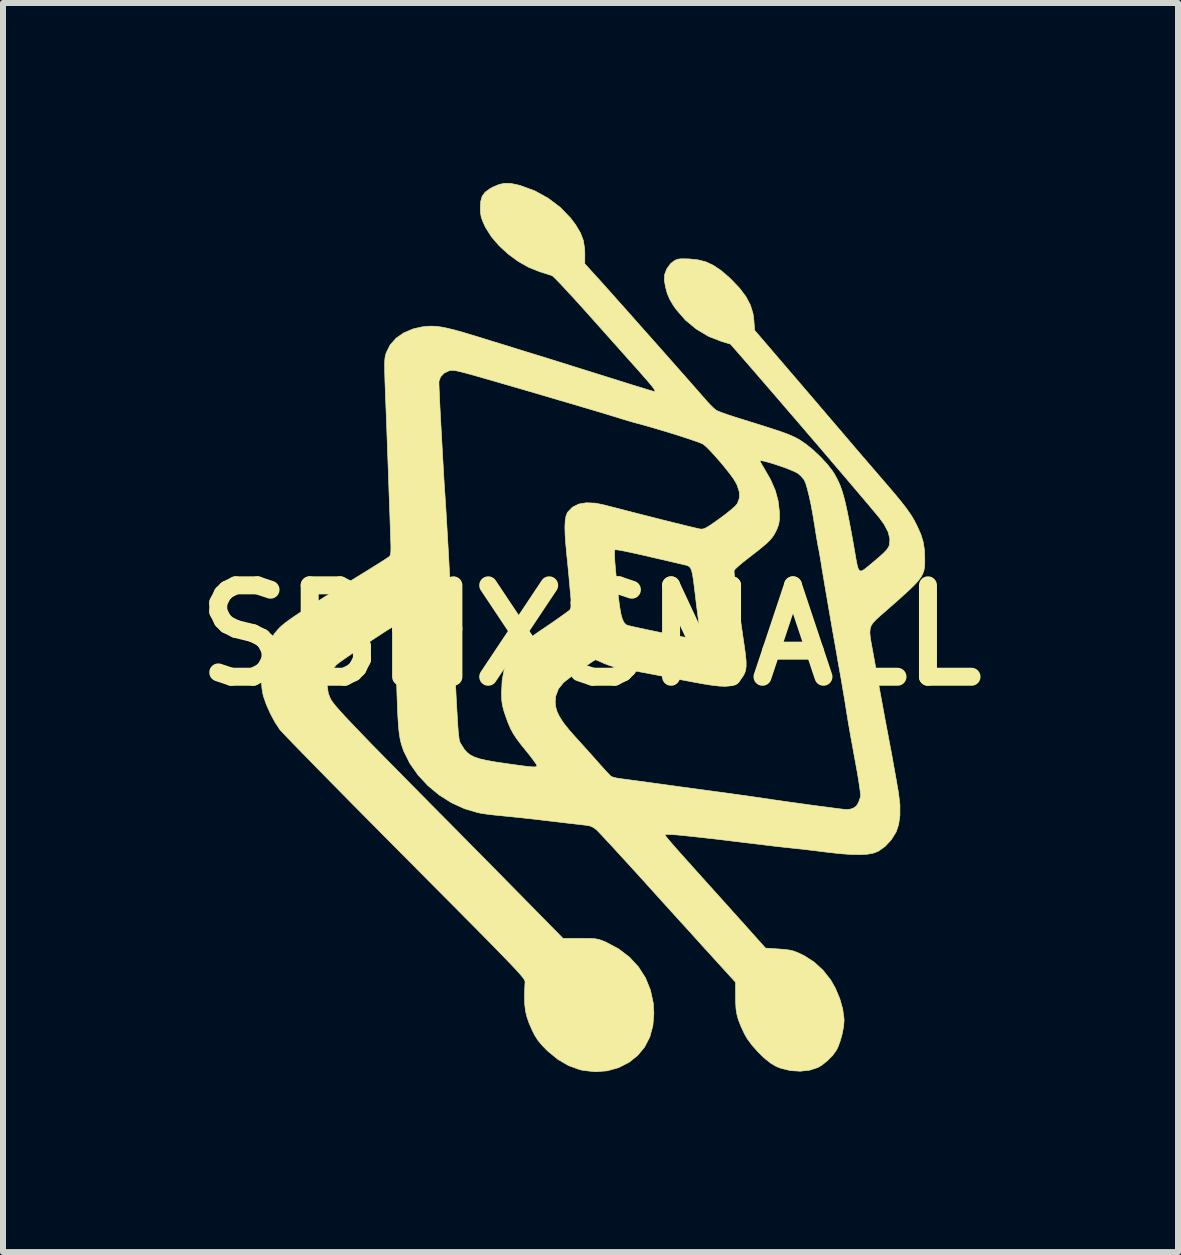
<source format=kicad_pcb>
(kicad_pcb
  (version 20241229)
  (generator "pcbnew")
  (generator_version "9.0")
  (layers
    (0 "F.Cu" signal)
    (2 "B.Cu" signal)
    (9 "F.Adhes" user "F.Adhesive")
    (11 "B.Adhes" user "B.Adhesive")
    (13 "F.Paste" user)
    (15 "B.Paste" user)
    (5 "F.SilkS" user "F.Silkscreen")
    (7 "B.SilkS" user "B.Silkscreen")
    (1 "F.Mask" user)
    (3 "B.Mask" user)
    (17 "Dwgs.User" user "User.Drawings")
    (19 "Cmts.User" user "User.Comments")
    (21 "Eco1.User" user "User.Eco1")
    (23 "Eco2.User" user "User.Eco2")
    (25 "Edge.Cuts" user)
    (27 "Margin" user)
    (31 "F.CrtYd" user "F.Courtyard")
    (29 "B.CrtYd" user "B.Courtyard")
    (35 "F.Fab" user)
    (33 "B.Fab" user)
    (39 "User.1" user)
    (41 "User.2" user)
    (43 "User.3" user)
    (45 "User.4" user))
  (footprint "SBHXSMALL"
    (layer "F.Cu")
    (at 6.793 7.541)
    (property "Reference" "SBHXSMALL" (at 0 0 0) (layer "F.SilkS") (effects (font (size 1.524 1.524) (thickness 0.3))))
    (attr through_hole)
    (fp_poly (pts (xy -1.327 -7.533) (xy -1.206 -7.508) (xy -1.171 -7.499) (xy -0.929 -7.41) (xy -0.706 -7.287) (xy -0.505 -7.135) (xy -0.332 -6.956) (xy -0.249 -6.845) (xy -0.169 -6.711) (xy -0.12 -6.583) (xy -0.098 -6.446) (xy -0.095 -6.364) (xy -0.096 -6.195) (xy 0.111 -5.967) (xy 0.166 -5.907) (xy 0.244 -5.819) (xy 0.343 -5.709) (xy 0.458 -5.579) (xy 0.587 -5.435) (xy 0.725 -5.279) (xy 0.87 -5.115) (xy 1.019 -4.948) (xy 1.167 -4.781) (xy 1.311 -4.618) (xy 1.448 -4.463) (xy 1.575 -4.319) (xy 1.688 -4.191) (xy 1.784 -4.082) (xy 1.859 -3.996) (xy 1.9 -3.949) (xy 1.964 -3.877) (xy 2.025 -3.814) (xy 2.074 -3.769) (xy 2.096 -3.752) (xy 2.133 -3.735) (xy 2.201 -3.709) (xy 2.293 -3.677) (xy 2.4 -3.642) (xy 2.482 -3.616) (xy 2.687 -3.552) (xy 2.857 -3.499) (xy 2.997 -3.454) (xy 3.111 -3.417) (xy 3.202 -3.386) (xy 3.276 -3.359) (xy 3.336 -3.334) (xy 3.386 -3.312) (xy 3.432 -3.289) (xy 3.476 -3.264) (xy 3.487 -3.258) (xy 3.598 -3.183) (xy 3.718 -3.084) (xy 3.837 -2.971) (xy 3.945 -2.854) (xy 4.032 -2.742) (xy 4.061 -2.697) (xy 4.099 -2.629) (xy 4.133 -2.562) (xy 4.164 -2.49) (xy 4.192 -2.41) (xy 4.22 -2.316) (xy 4.248 -2.206) (xy 4.277 -2.073) (xy 4.309 -1.915) (xy 4.345 -1.726) (xy 4.385 -1.504) (xy 4.399 -1.422) (xy 4.423 -1.284) (xy 4.442 -1.182) (xy 4.461 -1.114) (xy 4.483 -1.079) (xy 4.513 -1.073) (xy 4.555 -1.094) (xy 4.614 -1.14) (xy 4.694 -1.207) (xy 4.724 -1.232) (xy 4.821 -1.314) (xy 4.89 -1.378) (xy 4.937 -1.427) (xy 4.965 -1.468) (xy 4.981 -1.503) (xy 4.99 -1.605) (xy 4.962 -1.721) (xy 4.895 -1.849) (xy 4.819 -1.955) (xy 4.777 -2.006) (xy 4.711 -2.085) (xy 4.624 -2.189) (xy 4.518 -2.314) (xy 4.395 -2.459) (xy 4.259 -2.619) (xy 4.111 -2.792) (xy 3.955 -2.975) (xy 3.793 -3.165) (xy 3.627 -3.358) (xy 3.46 -3.553) (xy 3.294 -3.745) (xy 3.133 -3.933) (xy 2.978 -4.112) (xy 2.833 -4.28) (xy 2.699 -4.435) (xy 2.58 -4.572) (xy 2.576 -4.577) (xy 2.332 -4.856) (xy 2.187 -4.899) (xy 1.968 -4.984) (xy 1.765 -5.105) (xy 1.582 -5.256) (xy 1.427 -5.434) (xy 1.38 -5.501) (xy 1.321 -5.601) (xy 1.279 -5.698) (xy 1.25 -5.807) (xy 1.23 -5.923) (xy 1.235 -6.015) (xy 1.271 -6.109) (xy 1.332 -6.193) (xy 1.382 -6.235) (xy 1.419 -6.257) (xy 1.456 -6.271) (xy 1.504 -6.277) (xy 1.573 -6.277) (xy 1.646 -6.275) (xy 1.791 -6.26) (xy 1.921 -6.227) (xy 2.044 -6.17) (xy 2.169 -6.087) (xy 2.303 -5.973) (xy 2.349 -5.929) (xy 2.488 -5.783) (xy 2.592 -5.644) (xy 2.664 -5.507) (xy 2.708 -5.366) (xy 2.723 -5.251) (xy 2.735 -5.086) (xy 3.273 -4.458) (xy 3.408 -4.301) (xy 3.55 -4.135) (xy 3.694 -3.967) (xy 3.833 -3.804) (xy 3.962 -3.653) (xy 4.076 -3.52) (xy 4.156 -3.426) (xy 4.276 -3.286) (xy 4.411 -3.127) (xy 4.553 -2.962) (xy 4.69 -2.803) (xy 4.814 -2.659) (xy 4.842 -2.626) (xy 4.976 -2.471) (xy 5.086 -2.341) (xy 5.175 -2.233) (xy 5.247 -2.141) (xy 5.306 -2.06) (xy 5.354 -1.988) (xy 5.395 -1.918) (xy 5.432 -1.847) (xy 5.446 -1.819) (xy 5.506 -1.683) (xy 5.544 -1.561) (xy 5.564 -1.436) (xy 5.571 -1.289) (xy 5.571 -1.278) (xy 5.571 -1.204) (xy 5.567 -1.14) (xy 5.557 -1.083) (xy 5.538 -1.028) (xy 5.508 -0.972) (xy 5.463 -0.912) (xy 5.401 -0.843) (xy 5.319 -0.763) (xy 5.214 -0.667) (xy 5.085 -0.551) (xy 4.932 -0.417) (xy 4.836 -0.334) (xy 4.764 -0.268) (xy 4.711 -0.213) (xy 4.677 -0.162) (xy 4.66 -0.107) (xy 4.656 -0.042) (xy 4.664 0.042) (xy 4.683 0.151) (xy 4.709 0.291) (xy 4.713 0.315) (xy 4.739 0.457) (xy 4.767 0.616) (xy 4.795 0.774) (xy 4.82 0.912) (xy 4.824 0.935) (xy 4.849 1.07) (xy 4.878 1.227) (xy 4.907 1.386) (xy 4.934 1.53) (xy 4.937 1.544) (xy 4.976 1.752) (xy 5.017 1.968) (xy 5.055 2.181) (xy 5.091 2.38) (xy 5.121 2.555) (xy 5.134 2.631) (xy 5.157 2.825) (xy 5.157 3.001) (xy 5.135 3.154) (xy 5.094 3.276) (xy 5.014 3.405) (xy 4.912 3.515) (xy 4.799 3.596) (xy 4.791 3.6) (xy 4.715 3.629) (xy 4.616 3.647) (xy 4.491 3.654) (xy 4.337 3.651) (xy 4.151 3.637) (xy 3.929 3.612) (xy 3.912 3.61) (xy 3.777 3.593) (xy 3.645 3.577) (xy 3.526 3.563) (xy 3.429 3.553) (xy 3.363 3.546) (xy 3.363 3.546) (xy 3.29 3.538) (xy 3.189 3.527) (xy 3.071 3.514) (xy 2.949 3.499) (xy 2.916 3.495) (xy 2.6 3.457) (xy 2.322 3.423) (xy 2.081 3.394) (xy 1.875 3.371) (xy 1.701 3.352) (xy 1.559 3.337) (xy 1.445 3.326) (xy 1.358 3.32) (xy 1.296 3.318) (xy 1.258 3.319) (xy 1.241 3.323) (xy 1.24 3.326) (xy 1.253 3.345) (xy 1.29 3.391) (xy 1.347 3.459) (xy 1.422 3.545) (xy 1.511 3.645) (xy 1.61 3.756) (xy 1.641 3.79) (xy 1.765 3.929) (xy 1.908 4.088) (xy 2.061 4.258) (xy 2.215 4.429) (xy 2.362 4.593) (xy 2.48 4.724) (xy 2.917 5.212) (xy 3.11 5.225) (xy 3.224 5.233) (xy 3.31 5.244) (xy 3.381 5.26) (xy 3.449 5.285) (xy 3.527 5.322) (xy 3.566 5.341) (xy 3.728 5.446) (xy 3.876 5.582) (xy 4.003 5.743) (xy 4.08 5.878) (xy 4.154 6.053) (xy 4.203 6.226) (xy 4.225 6.387) (xy 4.226 6.421) (xy 4.218 6.52) (xy 4.196 6.637) (xy 4.163 6.756) (xy 4.125 6.86) (xy 4.098 6.914) (xy 4.034 7.003) (xy 3.947 7.09) (xy 3.854 7.164) (xy 3.79 7.202) (xy 3.652 7.247) (xy 3.496 7.264) (xy 3.333 7.254) (xy 3.173 7.215) (xy 3.096 7.185) (xy 3.002 7.129) (xy 2.898 7.046) (xy 2.793 6.944) (xy 2.695 6.834) (xy 2.613 6.724) (xy 2.562 6.634) (xy 2.505 6.51) (xy 2.465 6.409) (xy 2.44 6.318) (xy 2.425 6.225) (xy 2.419 6.118) (xy 2.418 6.027) (xy 2.417 5.781) (xy 2.01 5.334) (xy 1.912 5.226) (xy 1.792 5.094) (xy 1.654 4.941) (xy 1.503 4.775) (xy 1.344 4.6) (xy 1.182 4.421) (xy 1.022 4.244) (xy 0.887 4.094) (xy 0.747 3.94) (xy 0.614 3.794) (xy 0.489 3.658) (xy 0.377 3.535) (xy 0.279 3.43) (xy 0.199 3.344) (xy 0.14 3.281) (xy 0.103 3.244) (xy 0.097 3.238) (xy 0.044 3.199) (xy -0.014 3.175) (xy -0.093 3.162) (xy -0.105 3.161) (xy -0.162 3.154) (xy -0.251 3.144) (xy -0.367 3.131) (xy -0.5 3.115) (xy -0.643 3.098) (xy -0.732 3.088) (xy -0.888 3.069) (xy -1.047 3.051) (xy -1.199 3.035) (xy -1.336 3.021) (xy -1.445 3.01) (xy -1.483 3.006) (xy -1.596 2.995) (xy -1.709 2.982) (xy -1.808 2.968) (xy -1.871 2.956) (xy -2.099 2.889) (xy -2.318 2.789) (xy -2.524 2.659) (xy -2.711 2.503) (xy -2.875 2.327) (xy -3.011 2.134) (xy -3.113 1.93) (xy -3.136 1.865) (xy -3.155 1.805) (xy -3.171 1.739) (xy -3.184 1.665) (xy -3.195 1.576) (xy -3.204 1.469) (xy -3.212 1.339) (xy -3.219 1.181) (xy -3.226 0.991) (xy -3.231 0.833) (xy -3.238 0.595) (xy -3.244 0.395) (xy -3.251 0.231) (xy -3.258 0.1) (xy -3.265 0.000016) (xy -3.272 -0.072) (xy -3.28 -0.117) (xy -3.288 -0.139) (xy -3.293 -0.142) (xy -3.316 -0.131) (xy -3.366 -0.101) (xy -3.44 -0.054) (xy -3.53 0.005) (xy -3.633 0.072) (xy -3.742 0.145) (xy -3.852 0.219) (xy -3.959 0.292) (xy -4.056 0.359) (xy -4.138 0.416) (xy -4.2 0.461) (xy -4.236 0.49) (xy -4.236 0.49) (xy -4.322 0.591) (xy -4.374 0.708) (xy -4.39 0.837) (xy -4.37 0.969) (xy -4.336 1.053) (xy -4.321 1.08) (xy -4.298 1.113) (xy -4.266 1.155) (xy -4.223 1.206) (xy -4.168 1.268) (xy -4.099 1.344) (xy -4.014 1.434) (xy -3.913 1.54) (xy -3.794 1.664) (xy -3.655 1.808) (xy -3.494 1.972) (xy -3.31 2.159) (xy -3.102 2.37) (xy -2.869 2.606) (xy -2.643 2.835) (xy -2.462 3.017) (xy -2.267 3.214) (xy -2.064 3.42) (xy -1.858 3.629) (xy -1.656 3.833) (xy -1.464 4.028) (xy -1.288 4.207) (xy -1.138 4.359) (xy -0.459 5.05) (xy -0.174 5.05) (xy -0.059 5.05) (xy 0.025 5.052) (xy 0.087 5.058) (xy 0.138 5.068) (xy 0.188 5.084) (xy 0.246 5.108) (xy 0.258 5.113) (xy 0.468 5.225) (xy 0.649 5.363) (xy 0.798 5.524) (xy 0.916 5.708) (xy 0.998 5.91) (xy 1.046 6.129) (xy 1.056 6.301) (xy 1.039 6.506) (xy 0.988 6.693) (xy 0.903 6.859) (xy 0.786 7.001) (xy 0.643 7.115) (xy 0.467 7.205) (xy 0.277 7.258) (xy 0.078 7.273) (xy -0.126 7.25) (xy -0.183 7.237) (xy -0.369 7.169) (xy -0.545 7.066) (xy -0.716 6.926) (xy -0.733 6.909) (xy -0.817 6.822) (xy -0.879 6.746) (xy -0.93 6.665) (xy -0.971 6.584) (xy -1.022 6.468) (xy -1.059 6.363) (xy -1.084 6.259) (xy -1.097 6.148) (xy -1.101 6.019) (xy -1.096 5.863) (xy -1.092 5.787) (xy -1.091 5.776) (xy -1.093 5.764) (xy -1.098 5.75) (xy -1.107 5.733) (xy -1.123 5.71) (xy -1.146 5.681) (xy -1.177 5.644) (xy -1.219 5.597) (xy -1.273 5.539) (xy -1.339 5.469) (xy -1.42 5.385) (xy -1.517 5.285) (xy -1.63 5.169) (xy -1.763 5.034) (xy -1.915 4.88) (xy -2.089 4.705) (xy -2.285 4.507) (xy -2.506 4.285) (xy -2.752 4.037) (xy -3.025 3.762) (xy -3.093 3.694) (xy -3.332 3.453) (xy -3.564 3.219) (xy -3.788 2.993) (xy -4.001 2.778) (xy -4.202 2.574) (xy -4.389 2.384) (xy -4.561 2.209) (xy -4.715 2.051) (xy -4.851 1.912) (xy -4.966 1.794) (xy -5.058 1.698) (xy -5.127 1.626) (xy -5.169 1.58) (xy -5.182 1.565) (xy -5.26 1.446) (xy -5.336 1.304) (xy -5.402 1.157) (xy -5.45 1.02) (xy -5.457 0.996) (xy -5.476 0.888) (xy -5.487 0.757) (xy -5.489 0.618) (xy -5.482 0.487) (xy -5.467 0.38) (xy -5.467 0.379) (xy -5.424 0.246) (xy -5.356 0.106) (xy -5.271 -0.025) (xy -5.218 -0.09) (xy -5.184 -0.126) (xy -5.144 -0.164) (xy -5.094 -0.205) (xy -5.031 -0.252) (xy -4.954 -0.306) (xy -4.859 -0.37) (xy -4.743 -0.446) (xy -4.604 -0.534) (xy -4.438 -0.638) (xy -4.243 -0.758) (xy -4.023 -0.893) (xy -3.877 -0.984) (xy -3.74 -1.068) (xy -3.618 -1.144) (xy -3.514 -1.209) (xy -3.433 -1.261) (xy -3.378 -1.297) (xy -3.353 -1.314) (xy -3.353 -1.314) (xy -3.337 -1.34) (xy -3.329 -1.387) (xy -3.327 -1.463) (xy -3.328 -1.509) (xy -3.332 -1.624) (xy -3.337 -1.774) (xy -3.343 -1.952) (xy -3.35 -2.154) (xy -3.358 -2.372) (xy -3.366 -2.601) (xy -3.374 -2.836) (xy -3.383 -3.07) (xy -3.391 -3.297) (xy -3.399 -3.511) (xy -3.406 -3.707) (xy -3.413 -3.878) (xy -3.417 -3.973) (xy -3.423 -4.151) (xy -3.426 -4.221) (xy -2.527 -4.221) (xy -2.526 -4.176) (xy -2.523 -4.096) (xy -2.518 -3.985) (xy -2.512 -3.85) (xy -2.504 -3.695) (xy -2.495 -3.526) (xy -2.485 -3.347) (xy -2.475 -3.165) (xy -2.465 -2.984) (xy -2.455 -2.809) (xy -2.446 -2.646) (xy -2.437 -2.5) (xy -2.429 -2.377) (xy -2.428 -2.367) (xy -2.422 -2.271) (xy -2.415 -2.168) (xy -2.408 -2.057) (xy -2.401 -1.935) (xy -2.393 -1.798) (xy -2.384 -1.643) (xy -2.374 -1.469) (xy -2.363 -1.272) (xy -2.351 -1.048) (xy -2.337 -0.796) (xy -2.322 -0.512) (xy -2.305 -0.194) (xy -2.286 0.163) (xy -2.285 0.183) (xy -2.269 0.471) (xy -2.256 0.721) (xy -2.244 0.936) (xy -2.235 1.119) (xy -2.226 1.273) (xy -2.218 1.4) (xy -2.212 1.503) (xy -2.206 1.586) (xy -2.2 1.65) (xy -2.194 1.699) (xy -2.189 1.735) (xy -2.183 1.761) (xy -2.176 1.78) (xy -2.169 1.795) (xy -2.161 1.809) (xy -2.151 1.824) (xy -2.145 1.834) (xy -2.104 1.899) (xy -2.058 1.951) (xy -2.003 1.993) (xy -1.934 2.028) (xy -1.844 2.058) (xy -1.728 2.084) (xy -1.582 2.11) (xy -1.433 2.132) (xy -1.271 2.155) (xy -1.145 2.172) (xy -1.051 2.184) (xy -0.984 2.19) (xy -0.939 2.192) (xy -0.912 2.19) (xy -0.898 2.183) (xy -0.894 2.172) (xy -0.894 2.169) (xy -0.906 2.145) (xy -0.94 2.096) (xy -0.99 2.029) (xy -1.052 1.95) (xy -1.069 1.93) (xy -1.162 1.814) (xy -1.234 1.719) (xy -1.289 1.635) (xy -1.333 1.553) (xy -1.372 1.463) (xy -1.411 1.357) (xy -1.416 1.343) (xy -1.449 1.241) (xy -1.469 1.159) (xy -1.477 1.102) (xy -0.589 1.102) (xy -0.582 1.186) (xy -0.558 1.271) (xy -0.514 1.361) (xy -0.448 1.461) (xy -0.356 1.577) (xy -0.241 1.707) (xy -0.148 1.809) (xy -0.049 1.919) (xy 0.045 2.024) (xy 0.126 2.115) (xy 0.151 2.144) (xy 0.217 2.217) (xy 0.276 2.281) (xy 0.32 2.328) (xy 0.344 2.35) (xy 0.381 2.365) (xy 0.443 2.379) (xy 0.488 2.386) (xy 0.539 2.393) (xy 0.624 2.404) (xy 0.734 2.419) (xy 0.864 2.436) (xy 1.006 2.456) (xy 1.107 2.47) (xy 1.284 2.494) (xy 1.486 2.522) (xy 1.699 2.551) (xy 1.907 2.579) (xy 2.097 2.605) (xy 2.144 2.611) (xy 2.305 2.633) (xy 2.469 2.656) (xy 2.629 2.678) (xy 2.772 2.699) (xy 2.891 2.716) (xy 2.946 2.724) (xy 3.062 2.742) (xy 3.197 2.761) (xy 3.345 2.782) (xy 3.499 2.803) (xy 3.654 2.825) (xy 3.804 2.845) (xy 3.944 2.863) (xy 4.066 2.879) (xy 4.166 2.892) (xy 4.237 2.9) (xy 4.273 2.903) (xy 4.334 2.895) (xy 4.387 2.876) (xy 4.432 2.842) (xy 4.467 2.785) (xy 4.498 2.697) (xy 4.5 2.69) (xy 4.5 2.657) (xy 4.494 2.591) (xy 4.481 2.499) (xy 4.464 2.388) (xy 4.443 2.265) (xy 4.441 2.253) (xy 4.415 2.111) (xy 4.388 1.964) (xy 4.363 1.824) (xy 4.34 1.702) (xy 4.327 1.626) (xy 4.306 1.508) (xy 4.285 1.383) (xy 4.266 1.267) (xy 4.257 1.209) (xy 4.245 1.131) (xy 4.227 1.022) (xy 4.205 0.894) (xy 4.182 0.755) (xy 4.157 0.615) (xy 4.156 0.61) (xy 4.114 0.372) (xy 4.073 0.136) (xy 4.032 -0.095) (xy 3.994 -0.317) (xy 3.958 -0.524) (xy 3.926 -0.712) (xy 3.898 -0.877) (xy 3.875 -1.014) (xy 3.857 -1.12) (xy 3.849 -1.175) (xy 3.833 -1.27) (xy 3.818 -1.36) (xy 3.805 -1.431) (xy 3.801 -1.449) (xy 3.79 -1.502) (xy 3.776 -1.584) (xy 3.759 -1.684) (xy 3.742 -1.792) (xy 3.741 -1.798) (xy 3.709 -1.994) (xy 3.677 -2.17) (xy 3.644 -2.323) (xy 3.613 -2.447) (xy 3.585 -2.54) (xy 3.559 -2.596) (xy 3.556 -2.6) (xy 3.51 -2.654) (xy 3.459 -2.699) (xy 3.414 -2.724) (xy 3.345 -2.754) (xy 3.261 -2.788) (xy 3.167 -2.821) (xy 3.072 -2.853) (xy 2.983 -2.88) (xy 2.907 -2.901) (xy 2.852 -2.912) (xy 2.826 -2.911) (xy 2.824 -2.908) (xy 2.835 -2.884) (xy 2.861 -2.838) (xy 2.888 -2.793) (xy 3 -2.599) (xy 3.079 -2.418) (xy 3.127 -2.241) (xy 3.148 -2.063) (xy 3.149 -2.01) (xy 3.147 -1.919) (xy 3.136 -1.85) (xy 3.112 -1.784) (xy 3.088 -1.732) (xy 3.061 -1.682) (xy 3.03 -1.636) (xy 2.991 -1.589) (xy 2.939 -1.538) (xy 2.869 -1.478) (xy 2.778 -1.404) (xy 2.659 -1.312) (xy 2.608 -1.272) (xy 2.529 -1.21) (xy 2.463 -1.154) (xy 2.415 -1.109) (xy 2.393 -1.082) (xy 2.393 -1.081) (xy 2.393 -1.051) (xy 2.399 -0.988) (xy 2.409 -0.897) (xy 2.424 -0.785) (xy 2.441 -0.657) (xy 2.451 -0.589) (xy 2.474 -0.433) (xy 2.498 -0.268) (xy 2.522 -0.106) (xy 2.543 0.041) (xy 2.561 0.162) (xy 2.563 0.173) (xy 2.582 0.316) (xy 2.593 0.427) (xy 2.594 0.512) (xy 2.586 0.579) (xy 2.567 0.635) (xy 2.538 0.686) (xy 2.534 0.692) (xy 2.492 0.748) (xy 2.447 0.791) (xy 2.395 0.822) (xy 2.331 0.841) (xy 2.25 0.849) (xy 2.149 0.845) (xy 2.023 0.831) (xy 1.867 0.806) (xy 1.677 0.771) (xy 1.636 0.763) (xy 1.486 0.735) (xy 1.336 0.706) (xy 1.196 0.679) (xy 1.074 0.655) (xy 0.978 0.637) (xy 0.945 0.63) (xy 0.829 0.609) (xy 0.699 0.585) (xy 0.579 0.564) (xy 0.549 0.559) (xy 0.43 0.534) (xy 0.316 0.501) (xy 0.226 0.467) (xy 0.16 0.437) (xy 0.109 0.415) (xy 0.082 0.406) (xy 0.082 0.406) (xy 0.06 0.418) (xy 0.012 0.449) (xy -0.054 0.494) (xy -0.133 0.549) (xy -0.216 0.608) (xy -0.297 0.667) (xy -0.368 0.721) (xy -0.424 0.765) (xy -0.454 0.79) (xy -0.535 0.891) (xy -0.58 1.011) (xy -0.589 1.102) (xy -1.477 1.102) (xy -1.48 1.079) (xy -1.483 0.983) (xy -1.483 0.951) (xy -1.473 0.748) (xy -1.441 0.575) (xy -1.386 0.425) (xy -1.305 0.293) (xy -1.27 0.249) (xy -1.232 0.213) (xy -1.165 0.159) (xy -1.076 0.091) (xy -0.97 0.014) (xy -0.853 -0.068) (xy -0.786 -0.113) (xy -0.67 -0.192) (xy -0.564 -0.265) (xy -0.474 -0.329) (xy -0.403 -0.38) (xy -0.358 -0.414) (xy -0.344 -0.426) (xy -0.328 -0.452) (xy -0.321 -0.49) (xy -0.322 -0.549) (xy -0.328 -0.625) (xy -0.337 -0.723) (xy -0.346 -0.824) (xy -0.354 -0.906) (xy -0.354 -0.907) (xy -0.359 -0.971) (xy -0.368 -1.064) (xy -0.379 -1.176) (xy -0.391 -1.294) (xy -0.395 -1.331) (xy -0.401 -1.4) (xy 0.399 -1.4) (xy 0.4 -1.335) (xy 0.405 -1.235) (xy 0.416 -1.102) (xy 0.432 -0.939) (xy 0.452 -0.75) (xy 0.466 -0.627) (xy 0.486 -0.476) (xy 0.506 -0.36) (xy 0.529 -0.276) (xy 0.555 -0.219) (xy 0.586 -0.184) (xy 0.609 -0.171) (xy 0.636 -0.163) (xy 0.698 -0.148) (xy 0.789 -0.128) (xy 0.902 -0.104) (xy 1.033 -0.076) (xy 1.158 -0.05) (xy 1.348 -0.011) (xy 1.502 0.018) (xy 1.622 0.04) (xy 1.712 0.053) (xy 1.775 0.059) (xy 1.814 0.058) (xy 1.832 0.051) (xy 1.833 0.028) (xy 1.829 -0.025) (xy 1.82 -0.098) (xy 1.816 -0.126) (xy 1.805 -0.204) (xy 1.791 -0.311) (xy 1.775 -0.437) (xy 1.758 -0.57) (xy 1.748 -0.66) (xy 1.729 -0.813) (xy 1.714 -0.93) (xy 1.7 -1.017) (xy 1.685 -1.079) (xy 1.668 -1.12) (xy 1.647 -1.146) (xy 1.62 -1.162) (xy 1.585 -1.172) (xy 1.569 -1.176) (xy 1.523 -1.187) (xy 1.445 -1.205) (xy 1.339 -1.23) (xy 1.214 -1.259) (xy 1.074 -1.291) (xy 0.947 -1.321) (xy 0.806 -1.353) (xy 0.679 -1.381) (xy 0.569 -1.404) (xy 0.484 -1.42) (xy 0.427 -1.428) (xy 0.405 -1.428) (xy 0.399 -1.4) (xy -0.401 -1.4) (xy -0.413 -1.525) (xy -0.424 -1.684) (xy -0.427 -1.811) (xy -0.422 -1.909) (xy -0.41 -1.984) (xy -0.39 -2.038) (xy -0.381 -2.054) (xy -0.303 -2.136) (xy -0.198 -2.189) (xy -0.068 -2.211) (xy 0.085 -2.204) (xy 0.225 -2.175) (xy 0.424 -2.124) (xy 0.625 -2.072) (xy 0.824 -2.021) (xy 1.017 -1.972) (xy 1.198 -1.926) (xy 1.365 -1.884) (xy 1.513 -1.848) (xy 1.638 -1.817) (xy 1.735 -1.794) (xy 1.801 -1.779) (xy 1.829 -1.773) (xy 1.859 -1.772) (xy 1.892 -1.779) (xy 1.932 -1.797) (xy 1.986 -1.83) (xy 2.06 -1.881) (xy 2.154 -1.948) (xy 2.253 -2.022) (xy 2.338 -2.09) (xy 2.404 -2.148) (xy 2.442 -2.19) (xy 2.447 -2.197) (xy 2.482 -2.29) (xy 2.48 -2.393) (xy 2.442 -2.508) (xy 2.416 -2.558) (xy 2.376 -2.621) (xy 2.316 -2.702) (xy 2.242 -2.796) (xy 2.16 -2.894) (xy 2.077 -2.989) (xy 1.999 -3.074) (xy 1.932 -3.142) (xy 1.882 -3.184) (xy 1.88 -3.186) (xy 1.844 -3.203) (xy 1.776 -3.229) (xy 1.68 -3.262) (xy 1.563 -3.301) (xy 1.43 -3.344) (xy 1.287 -3.388) (xy 1.14 -3.432) (xy 0.994 -3.475) (xy 0.857 -3.514) (xy 0.762 -3.539) (xy 0.666 -3.566) (xy 0.557 -3.598) (xy 0.467 -3.626) (xy 0.41 -3.644) (xy 0.318 -3.672) (xy 0.196 -3.709) (xy 0.049 -3.753) (xy -0.118 -3.802) (xy -0.302 -3.857) (xy -0.497 -3.914) (xy -0.7 -3.974) (xy -0.904 -4.034) (xy -1.106 -4.093) (xy -1.302 -4.15) (xy -1.486 -4.203) (xy -1.654 -4.252) (xy -1.802 -4.294) (xy -1.849 -4.308) (xy -1.994 -4.349) (xy -2.105 -4.379) (xy -2.189 -4.4) (xy -2.251 -4.413) (xy -2.295 -4.418) (xy -2.329 -4.417) (xy -2.357 -4.412) (xy -2.358 -4.411) (xy -2.441 -4.371) (xy -2.499 -4.31) (xy -2.526 -4.237) (xy -2.527 -4.221) (xy -3.426 -4.221) (xy -3.428 -4.294) (xy -3.431 -4.406) (xy -3.432 -4.492) (xy -3.431 -4.558) (xy -3.428 -4.608) (xy -3.422 -4.648) (xy -3.414 -4.681) (xy -3.406 -4.709) (xy -3.341 -4.84) (xy -3.243 -4.952) (xy -3.114 -5.042) (xy -2.959 -5.108) (xy -2.816 -5.141) (xy -2.738 -5.151) (xy -2.661 -5.155) (xy -2.581 -5.152) (xy -2.493 -5.141) (xy -2.39 -5.121) (xy -2.267 -5.091) (xy -2.121 -5.05) (xy -1.944 -4.997) (xy -1.819 -4.959) (xy -1.673 -4.913) (xy -1.502 -4.861) (xy -1.321 -4.805) (xy -1.145 -4.75) (xy -0.996 -4.704) (xy -0.875 -4.667) (xy -0.723 -4.62) (xy -0.547 -4.565) (xy -0.355 -4.505) (xy -0.155 -4.442) (xy 0.047 -4.379) (xy 0.242 -4.318) (xy 0.245 -4.317) (xy 0.418 -4.263) (xy 0.579 -4.212) (xy 0.723 -4.167) (xy 0.848 -4.129) (xy 0.948 -4.098) (xy 1.019 -4.077) (xy 1.057 -4.065) (xy 1.063 -4.064) (xy 1.075 -4.069) (xy 1.071 -4.086) (xy 1.051 -4.119) (xy 1.011 -4.17) (xy 0.95 -4.243) (xy 0.864 -4.341) (xy 0.808 -4.405) (xy 0.733 -4.489) (xy 0.635 -4.598) (xy 0.521 -4.727) (xy 0.394 -4.869) (xy 0.259 -5.02) (xy 0.122 -5.174) (xy -0.013 -5.325) (xy -0.028 -5.342) (xy -0.151 -5.479) (xy -0.266 -5.606) (xy -0.372 -5.721) (xy -0.464 -5.82) (xy -0.54 -5.9) (xy -0.596 -5.957) (xy -0.63 -5.989) (xy -0.638 -5.994) (xy -0.676 -6.008) (xy -0.742 -6.029) (xy -0.823 -6.055) (xy -0.858 -6.066) (xy -1.032 -6.136) (xy -1.207 -6.235) (xy -1.373 -6.357) (xy -1.524 -6.496) (xy -1.651 -6.644) (xy -1.747 -6.795) (xy -1.758 -6.816) (xy -1.798 -6.905) (xy -1.822 -6.974) (xy -1.833 -7.04) (xy -1.837 -7.119) (xy -1.837 -7.121) (xy -1.83 -7.236) (xy -1.806 -7.321) (xy -1.756 -7.388) (xy -1.676 -7.446) (xy -1.627 -7.473) (xy -1.525 -7.516) (xy -1.43 -7.536) (xy -1.327 -7.533)) (stroke (width 0.01) (type solid)) (fill yes) (layer "F.SilkS")))
  (gr_rect
    (start -3 -3)
    (end 16.585 17.819)
    (stroke (width 0.1) (type default))
    (fill no)
    (layer "Edge.Cuts")))
</source>
